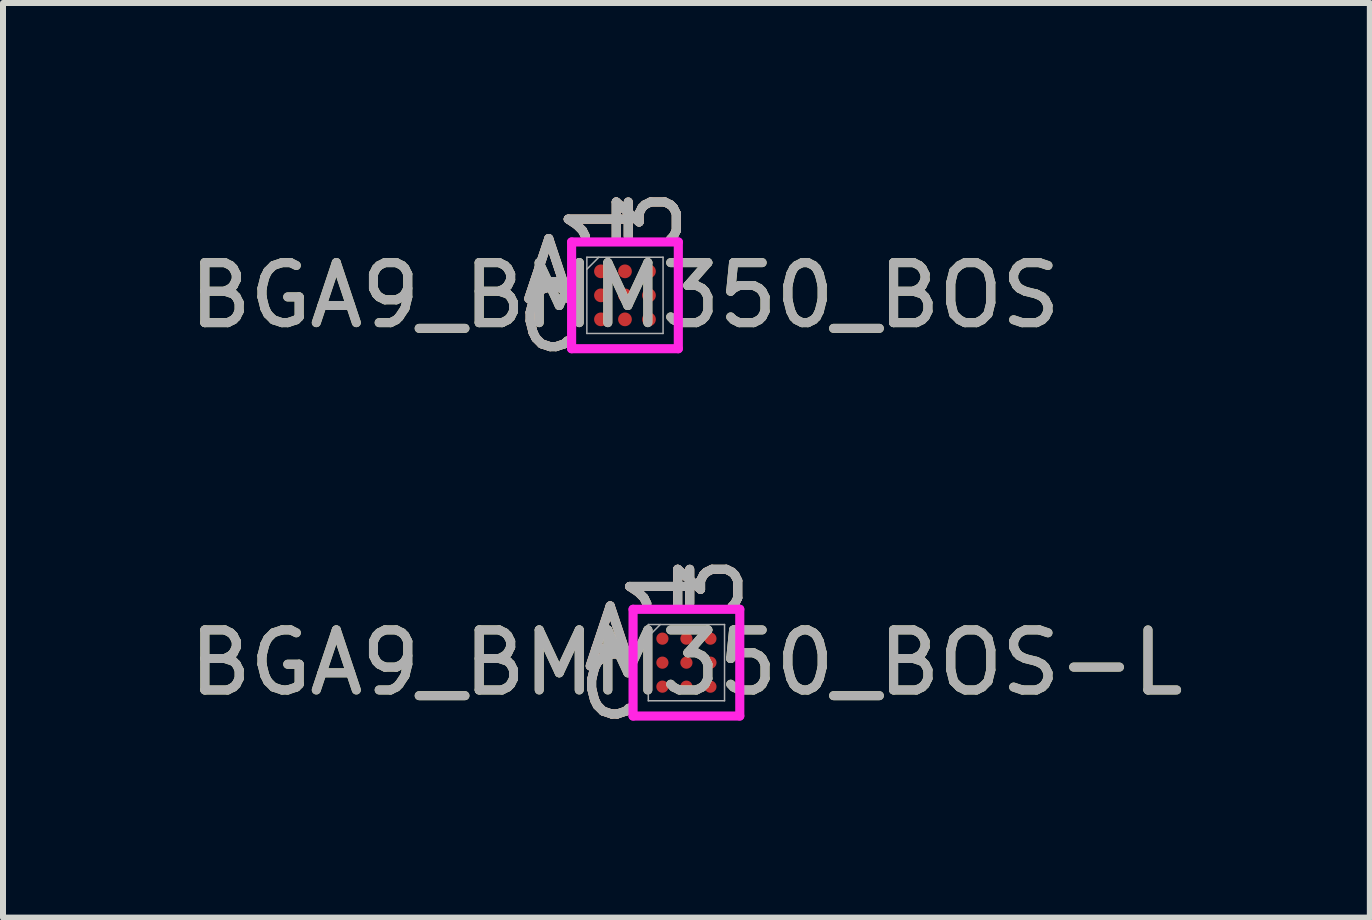
<source format=kicad_pcb>
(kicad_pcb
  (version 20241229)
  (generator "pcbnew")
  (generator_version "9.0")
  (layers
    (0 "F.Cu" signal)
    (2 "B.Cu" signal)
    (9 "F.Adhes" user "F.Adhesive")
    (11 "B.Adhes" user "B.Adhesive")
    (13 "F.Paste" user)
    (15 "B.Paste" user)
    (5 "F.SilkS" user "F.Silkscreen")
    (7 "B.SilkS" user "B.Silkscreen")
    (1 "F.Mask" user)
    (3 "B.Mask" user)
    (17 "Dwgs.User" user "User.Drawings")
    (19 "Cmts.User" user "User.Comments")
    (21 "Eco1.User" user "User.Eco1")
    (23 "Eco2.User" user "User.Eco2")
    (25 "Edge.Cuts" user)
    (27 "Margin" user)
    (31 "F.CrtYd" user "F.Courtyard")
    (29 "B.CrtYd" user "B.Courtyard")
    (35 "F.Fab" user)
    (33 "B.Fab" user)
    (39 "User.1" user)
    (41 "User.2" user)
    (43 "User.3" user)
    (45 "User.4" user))
  (footprint "BGA9_BMM350_BOS"
    (layer "F.Cu")
    (at 7.363 1.871)
    (property "Reference" "BGA9_BMM350_BOS" (at 0 0 0) (unlocked yes) (layer "F.SilkS") (effects (font (size 1 1) (thickness 0.15))))
    (attr smd)
    (fp_poly (pts (xy -1.045 -1.045) (xy 1.045 -1.045) (xy 1.045 1.045) (xy -1.045 1.045)) (stroke (width 0.1) (type solid)) (fill no) (layer "Eco2.User"))
    (fp_line (start -0.889 -0.889) (end 0.889 -0.889) (stroke (width 0.152) (type solid)) (layer "F.CrtYd"))
    (fp_line (start -0.889 0.889) (end -0.889 -0.889) (stroke (width 0.152) (type solid)) (layer "F.CrtYd"))
    (fp_line (start 0.889 -0.889) (end 0.889 0.889) (stroke (width 0.152) (type solid)) (layer "F.CrtYd"))
    (fp_line (start 0.889 0.889) (end -0.889 0.889) (stroke (width 0.152) (type solid)) (layer "F.CrtYd"))
    (fp_line (start -0.635 -0.635) (end -0.635 0.635) (stroke (width 0.025) (type solid)) (layer "F.Fab"))
    (fp_line (start -0.635 0.635) (end 0.635 0.635) (stroke (width 0.025) (type solid)) (layer "F.Fab"))
    (fp_line (start -0.435 -0.635) (end -0.635 -0.435) (stroke (width 0.025) (type solid)) (layer "F.Fab"))
    (fp_line (start 0.635 -0.635) (end -0.635 -0.635) (stroke (width 0.025) (type solid)) (layer "F.Fab"))
    (fp_line (start 0.635 0.635) (end 0.635 -0.635) (stroke (width 0.025) (type solid)) (layer "F.Fab"))
    (fp_text user "1" (at -0.4 -1.27 90) (unlocked yes) (layer "F.SilkS") (effects (font (size 1 1) (thickness 0.15))))
    (fp_text user "A" (at -1.27 -0.4 0) (unlocked yes) (layer "F.SilkS") (effects (font (size 1 1) (thickness 0.15))))
    (fp_text user "3" (at 0.4 -1.27 90) (unlocked yes) (layer "F.SilkS") (effects (font (size 1 1) (thickness 0.15))))
    (fp_text user "C" (at -1.27 0.4 0) (unlocked yes) (layer "F.SilkS") (effects (font (size 1 1) (thickness 0.15))))
    (fp_text user "1" (at -0.4 -1.27 90) (unlocked yes) (layer "B.SilkS") (effects (font (size 1 1) (thickness 0.15))))
    (fp_text user "3" (at 0.4 -1.27 90) (unlocked yes) (layer "B.SilkS") (effects (font (size 1 1) (thickness 0.15))))
    (fp_text user "C" (at -1.27 0.4 0) (unlocked yes) (layer "B.SilkS") (effects (font (size 1 1) (thickness 0.15))))
    (fp_text user "A" (at -1.27 -0.4 0) (unlocked yes) (layer "B.SilkS") (effects (font (size 1 1) (thickness 0.15))))
    (fp_text user "C" (at -1.27 0.4 0) (unlocked yes) (layer "F.Fab") (effects (font (size 1 1) (thickness 0.15))))
    (fp_text user "3" (at 0.4 -1.27 90) (unlocked yes) (layer "F.Fab") (effects (font (size 1 1) (thickness 0.15))))
    (fp_text user "1" (at -0.4 -1.27 90) (unlocked yes) (layer "F.Fab") (effects (font (size 1 1) (thickness 0.15))))
    (fp_text user "A" (at -1.27 -0.4 0) (unlocked yes) (layer "F.Fab") (effects (font (size 1 1) (thickness 0.15))))
    (fp_text user "${REFERENCE}" (at 0 0 0) (unlocked yes) (layer "F.Fab") (effects (font (size 1 1) (thickness 0.15))))
    (pad "A1" smd circle (at -0.4 -0.4) (size 0.229 0.229) (layers "F.Cu" "F.Mask" "F.Paste"))
    (pad "A2" smd circle (at 0 -0.4) (size 0.229 0.229) (layers "F.Cu" "F.Mask" "F.Paste"))
    (pad "A3" smd circle (at 0.4 -0.4) (size 0.229 0.229) (layers "F.Cu" "F.Mask" "F.Paste"))
    (pad "B1" smd circle (at -0.4 0) (size 0.229 0.229) (layers "F.Cu" "F.Mask" "F.Paste"))
    (pad "B2" smd circle (at 0 0) (size 0.229 0.229) (layers "F.Cu" "F.Mask" "F.Paste"))
    (pad "B3" smd circle (at 0.4 0) (size 0.229 0.229) (layers "F.Cu" "F.Mask" "F.Paste"))
    (pad "C1" smd circle (at -0.4 0.4) (size 0.229 0.229) (layers "F.Cu" "F.Mask" "F.Paste"))
    (pad "C2" smd circle (at 0 0.4) (size 0.229 0.229) (layers "F.Cu" "F.Mask" "F.Paste"))
    (pad "C3" smd circle (at 0.4 0.4) (size 0.229 0.229) (layers "F.Cu" "F.Mask" "F.Paste")))
  (footprint "BGA9_BMM350_BOS-L"
    (layer "F.Cu")
    (at 8.387 7.991)
    (property "Reference" "BGA9_BMM350_BOS-L" (at 0 0 0) (unlocked yes) (layer "F.SilkS") (effects (font (size 1 1) (thickness 0.15))))
    (attr smd)
    (fp_poly (pts (xy -1.045 -1.045) (xy 1.045 -1.045) (xy 1.045 1.045) (xy -1.045 1.045)) (stroke (width 0.1) (type solid)) (fill no) (layer "Eco2.User"))
    (fp_line (start -0.889 -0.889) (end 0.889 -0.889) (stroke (width 0.152) (type solid)) (layer "F.CrtYd"))
    (fp_line (start -0.889 0.889) (end -0.889 -0.889) (stroke (width 0.152) (type solid)) (layer "F.CrtYd"))
    (fp_line (start 0.889 -0.889) (end 0.889 0.889) (stroke (width 0.152) (type solid)) (layer "F.CrtYd"))
    (fp_line (start 0.889 0.889) (end -0.889 0.889) (stroke (width 0.152) (type solid)) (layer "F.CrtYd"))
    (fp_line (start -0.635 -0.635) (end -0.635 0.635) (stroke (width 0.025) (type solid)) (layer "F.Fab"))
    (fp_line (start -0.635 0.635) (end 0.635 0.635) (stroke (width 0.025) (type solid)) (layer "F.Fab"))
    (fp_line (start -0.435 -0.635) (end -0.635 -0.435) (stroke (width 0.025) (type solid)) (layer "F.Fab"))
    (fp_line (start 0.635 -0.635) (end -0.635 -0.635) (stroke (width 0.025) (type solid)) (layer "F.Fab"))
    (fp_line (start 0.635 0.635) (end 0.635 -0.635) (stroke (width 0.025) (type solid)) (layer "F.Fab"))
    (fp_text user "C" (at -1.27 0.4 0) (unlocked yes) (layer "F.SilkS") (effects (font (size 1 1) (thickness 0.15))))
    (fp_text user "1" (at -0.4 -1.27 90) (unlocked yes) (layer "F.SilkS") (effects (font (size 1 1) (thickness 0.15))))
    (fp_text user "3" (at 0.4 -1.27 90) (unlocked yes) (layer "F.SilkS") (effects (font (size 1 1) (thickness 0.15))))
    (fp_text user "A" (at -1.27 -0.4 0) (unlocked yes) (layer "F.SilkS") (effects (font (size 1 1) (thickness 0.15))))
    (fp_text user "3" (at 0.4 -1.27 90) (unlocked yes) (layer "B.SilkS") (effects (font (size 1 1) (thickness 0.15))))
    (fp_text user "1" (at -0.4 -1.27 90) (unlocked yes) (layer "B.SilkS") (effects (font (size 1 1) (thickness 0.15))))
    (fp_text user "A" (at -1.27 -0.4 0) (unlocked yes) (layer "B.SilkS") (effects (font (size 1 1) (thickness 0.15))))
    (fp_text user "C" (at -1.27 0.4 0) (unlocked yes) (layer "B.SilkS") (effects (font (size 1 1) (thickness 0.15))))
    (fp_text user "A" (at -1.27 -0.4 0) (unlocked yes) (layer "F.Fab") (effects (font (size 1 1) (thickness 0.15))))
    (fp_text user "C" (at -1.27 0.4 0) (unlocked yes) (layer "F.Fab") (effects (font (size 1 1) (thickness 0.15))))
    (fp_text user "1" (at -0.4 -1.27 90) (unlocked yes) (layer "F.Fab") (effects (font (size 1 1) (thickness 0.15))))
    (fp_text user "${REFERENCE}" (at 0 0 0) (unlocked yes) (layer "F.Fab") (effects (font (size 1 1) (thickness 0.15))))
    (fp_text user "3" (at 0.4 -1.27 90) (unlocked yes) (layer "F.Fab") (effects (font (size 1 1) (thickness 0.15))))
    (pad "A1" smd circle (at -0.4 -0.4) (size 0.203 0.203) (layers "F.Cu" "F.Mask" "F.Paste"))
    (pad "A2" smd circle (at 0 -0.4) (size 0.203 0.203) (layers "F.Cu" "F.Mask" "F.Paste"))
    (pad "A3" smd circle (at 0.4 -0.4) (size 0.203 0.203) (layers "F.Cu" "F.Mask" "F.Paste"))
    (pad "B1" smd circle (at -0.4 0) (size 0.203 0.203) (layers "F.Cu" "F.Mask" "F.Paste"))
    (pad "B2" smd circle (at 0 0) (size 0.203 0.203) (layers "F.Cu" "F.Mask" "F.Paste"))
    (pad "B3" smd circle (at 0.4 0) (size 0.203 0.203) (layers "F.Cu" "F.Mask" "F.Paste"))
    (pad "C1" smd circle (at -0.4 0.4) (size 0.203 0.203) (layers "F.Cu" "F.Mask" "F.Paste"))
    (pad "C2" smd circle (at 0 0.4) (size 0.203 0.203) (layers "F.Cu" "F.Mask" "F.Paste"))
    (pad "C3" smd circle (at 0.4 0.4) (size 0.203 0.203) (layers "F.Cu" "F.Mask" "F.Paste")))
  (gr_rect
    (start -3 -3)
    (end 19.774 12.239)
    (stroke (width 0.1) (type default))
    (fill no)
    (layer "Edge.Cuts")))
</source>
